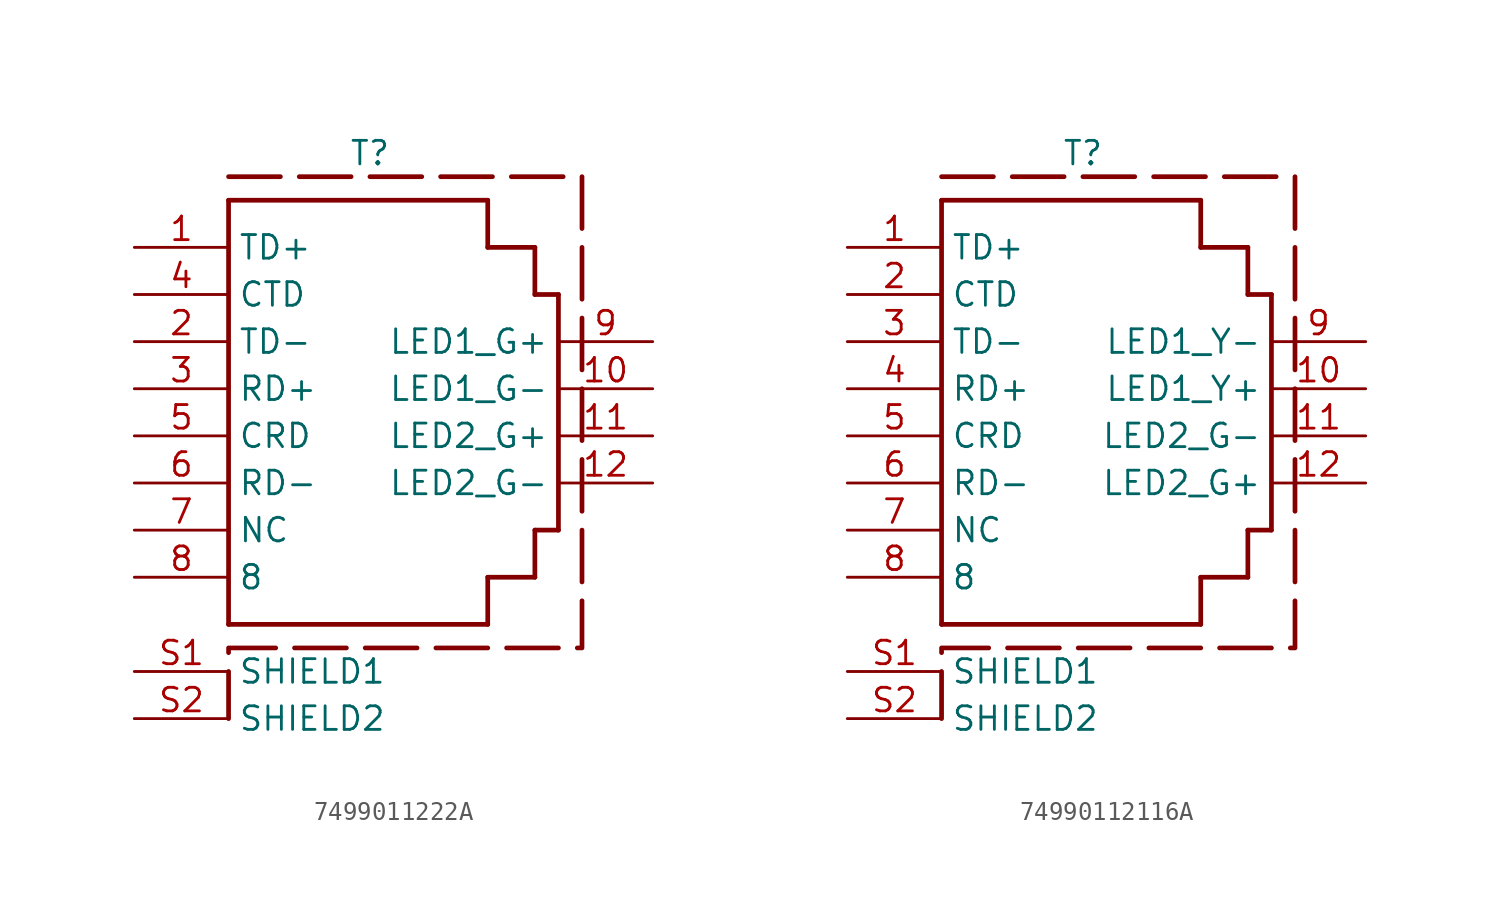
<source format=kicad_sym>
(kicad_symbol_lib
  (version 20220914)
  (generator kicad_symbol_editor)
  (symbol "7499011222A"
    (property "Reference" "T"
      (at 0 15.24 0)
      (effects (font (size 1.27 1.27))))
    (property "Critical Parameter" ""
      (at 0 -5.08 0)
      (effects (font (size 1.27 1.27)) (justify left)))
    (symbol "7499011222A_0_0"
      (polyline (pts (xy -7.62 -10.16) (xy -7.62 12.7)) (stroke (width 0.254) (type default)) (fill (type none)))
      (polyline (pts (xy -7.62 12.7) (xy 6.35 12.7)) (stroke (width 0.254) (type default)) (fill (type none)))
      (polyline (pts (xy 6.35 -10.16) (xy -7.62 -10.16)) (stroke (width 0.254) (type default)) (fill (type none)))
      (polyline (pts (xy 6.35 -10.16) (xy 6.35 -7.62)) (stroke (width 0.254) (type default)) (fill (type none)))
      (polyline (pts (xy 6.35 -7.62) (xy 8.89 -7.62)) (stroke (width 0.254) (type default)) (fill (type none)))
      (polyline (pts (xy 6.35 10.16) (xy 8.89 10.16)) (stroke (width 0.254) (type default)) (fill (type none)))
      (polyline (pts (xy 6.35 12.7) (xy 6.35 10.16)) (stroke (width 0.254) (type default)) (fill (type none)))
      (polyline (pts (xy 8.89 -7.62) (xy 8.89 -5.08)) (stroke (width 0.254) (type default)) (fill (type none)))
      (polyline (pts (xy 8.89 -5.08) (xy 10.16 -5.08)) (stroke (width 0.254) (type default)) (fill (type none)))
      (polyline (pts (xy 8.89 7.62) (xy 10.16 7.62)) (stroke (width 0.254) (type default)) (fill (type none)))
      (polyline (pts (xy 8.89 10.16) (xy 8.89 7.62)) (stroke (width 0.254) (type default)) (fill (type none)))
      (polyline (pts (xy 10.16 7.62) (xy 10.16 -5.08)) (stroke (width 0.254) (type default)) (fill (type none)))
      (pin passive line (at -12.7 10.16 0) (length 5.08) (name "TD+" (effects (font (size 1.27 1.27)))) (number "1" (effects (font (size 1.27 1.27)))))
      (pin passive line (at -12.7 5.08 0) (length 5.08) (name "TD-" (effects (font (size 1.27 1.27)))) (number "2" (effects (font (size 1.27 1.27)))))
      (pin passive line (at -12.7 2.54 0) (length 5.08) (name "RD+" (effects (font (size 1.27 1.27)))) (number "3" (effects (font (size 1.27 1.27)))))
      (pin passive line (at -12.7 7.62 0) (length 5.08) (name "CTD" (effects (font (size 1.27 1.27)))) (number "4" (effects (font (size 1.27 1.27)))))
      (pin passive line (at -12.7 0 0) (length 5.08) (name "CRD" (effects (font (size 1.27 1.27)))) (number "5" (effects (font (size 1.27 1.27)))))
      (pin passive line (at -12.7 -2.54 0) (length 5.08) (name "RD-" (effects (font (size 1.27 1.27)))) (number "6" (effects (font (size 1.27 1.27)))))
      (pin passive line (at -12.7 -5.08 0) (length 5.08) (name "NC" (effects (font (size 1.27 1.27)))) (number "7" (effects (font (size 1.27 1.27)))))
      (pin passive line (at -12.7 -7.62 0) (length 5.08) (name "8" (effects (font (size 1.27 1.27)))) (number "8" (effects (font (size 1.27 1.27)))))
      (pin passive line (at -12.7 -12.7 0) (length 5.08) (name "SHIELD1" (effects (font (size 1.27 1.27)))) (number "S1" (effects (font (size 1.27 1.27)))))
      (pin passive line (at -12.7 -15.24 0) (length 5.08) (name "SHIELD2" (effects (font (size 1.27 1.27)))) (number "S2" (effects (font (size 1.27 1.27))))))
    (symbol "7499011222A_1_0"
      (pin passive line (at 15.24 2.54 180) (length 5.08) (name "LED1_G-" (effects (font (size 1.27 1.27)))) (number "10" (effects (font (size 1.27 1.27)))))
      (pin passive line (at 15.24 0 180) (length 5.08) (name "LED2_G+" (effects (font (size 1.27 1.27)))) (number "11" (effects (font (size 1.27 1.27)))))
      (pin passive line (at 15.24 -2.54 180) (length 5.08) (name "LED2_G-" (effects (font (size 1.27 1.27)))) (number "12" (effects (font (size 1.27 1.27)))))
      (pin passive line (at 15.24 5.08 180) (length 5.08) (name "LED1_G+" (effects (font (size 1.27 1.27)))) (number "9" (effects (font (size 1.27 1.27))))))
    (symbol "7499011222A_1_1"
      (polyline (pts (xy -7.62 13.97) (xy 11.43 13.97) (xy 11.43 -11.43) (xy -7.62 -11.43) (xy -7.62 -15.24)) (stroke (width 0.254) (type dash)) (fill (type none)))))
  (symbol "74990112116A"
    (property "Reference" "T"
      (at 0 15.24 0)
      (effects (font (size 1.27 1.27))))
    (property "Critical Parameter" ""
      (at 0 -5.08 0)
      (effects (font (size 1.27 1.27)) (justify left)))
    (symbol "74990112116A_0_0"
      (polyline (pts (xy -7.62 -10.16) (xy -7.62 12.7)) (stroke (width 0.254) (type default)) (fill (type none)))
      (polyline (pts (xy -7.62 12.7) (xy 6.35 12.7)) (stroke (width 0.254) (type default)) (fill (type none)))
      (polyline (pts (xy 6.35 -10.16) (xy -7.62 -10.16)) (stroke (width 0.254) (type default)) (fill (type none)))
      (polyline (pts (xy 6.35 -10.16) (xy 6.35 -7.62)) (stroke (width 0.254) (type default)) (fill (type none)))
      (polyline (pts (xy 6.35 -7.62) (xy 8.89 -7.62)) (stroke (width 0.254) (type default)) (fill (type none)))
      (polyline (pts (xy 6.35 10.16) (xy 8.89 10.16)) (stroke (width 0.254) (type default)) (fill (type none)))
      (polyline (pts (xy 6.35 12.7) (xy 6.35 10.16)) (stroke (width 0.254) (type default)) (fill (type none)))
      (polyline (pts (xy 8.89 -7.62) (xy 8.89 -5.08)) (stroke (width 0.254) (type default)) (fill (type none)))
      (polyline (pts (xy 8.89 -5.08) (xy 10.16 -5.08)) (stroke (width 0.254) (type default)) (fill (type none)))
      (polyline (pts (xy 8.89 7.62) (xy 10.16 7.62)) (stroke (width 0.254) (type default)) (fill (type none)))
      (polyline (pts (xy 8.89 10.16) (xy 8.89 7.62)) (stroke (width 0.254) (type default)) (fill (type none)))
      (polyline (pts (xy 10.16 7.62) (xy 10.16 -5.08)) (stroke (width 0.254) (type default)) (fill (type none)))
      (pin passive line (at -12.7 10.16 0) (length 5.08) (name "TD+" (effects (font (size 1.27 1.27)))) (number "1" (effects (font (size 1.27 1.27)))))
      (pin passive line (at -12.7 7.62 0) (length 5.08) (name "CTD" (effects (font (size 1.27 1.27)))) (number "2" (effects (font (size 1.27 1.27)))))
      (pin passive line (at -12.7 5.08 0) (length 5.08) (name "TD-" (effects (font (size 1.27 1.27)))) (number "3" (effects (font (size 1.27 1.27)))))
      (pin passive line (at -12.7 2.54 0) (length 5.08) (name "RD+" (effects (font (size 1.27 1.27)))) (number "4" (effects (font (size 1.27 1.27)))))
      (pin passive line (at -12.7 0 0) (length 5.08) (name "CRD" (effects (font (size 1.27 1.27)))) (number "5" (effects (font (size 1.27 1.27)))))
      (pin passive line (at -12.7 -2.54 0) (length 5.08) (name "RD-" (effects (font (size 1.27 1.27)))) (number "6" (effects (font (size 1.27 1.27)))))
      (pin passive line (at -12.7 -5.08 0) (length 5.08) (name "NC" (effects (font (size 1.27 1.27)))) (number "7" (effects (font (size 1.27 1.27)))))
      (pin passive line (at -12.7 -7.62 0) (length 5.08) (name "8" (effects (font (size 1.27 1.27)))) (number "8" (effects (font (size 1.27 1.27)))))
      (pin passive line (at -12.7 -12.7 0) (length 5.08) (name "SHIELD1" (effects (font (size 1.27 1.27)))) (number "S1" (effects (font (size 1.27 1.27)))))
      (pin passive line (at -12.7 -15.24 0) (length 5.08) (name "SHIELD2" (effects (font (size 1.27 1.27)))) (number "S2" (effects (font (size 1.27 1.27))))))
    (symbol "74990112116A_1_0"
      (pin passive line (at 15.24 2.54 180) (length 5.08) (name "LED1_Y+" (effects (font (size 1.27 1.27)))) (number "10" (effects (font (size 1.27 1.27)))))
      (pin passive line (at 15.24 0 180) (length 5.08) (name "LED2_G-" (effects (font (size 1.27 1.27)))) (number "11" (effects (font (size 1.27 1.27)))))
      (pin passive line (at 15.24 -2.54 180) (length 5.08) (name "LED2_G+" (effects (font (size 1.27 1.27)))) (number "12" (effects (font (size 1.27 1.27)))))
      (pin passive line (at 15.24 5.08 180) (length 5.08) (name "LED1_Y-" (effects (font (size 1.27 1.27)))) (number "9" (effects (font (size 1.27 1.27))))))
    (symbol "74990112116A_1_1"
      (polyline (pts (xy -7.62 13.97) (xy 11.43 13.97) (xy 11.43 -11.43) (xy -7.62 -11.43) (xy -7.62 -15.24)) (stroke (width 0.254) (type dash)) (fill (type none))))))
</source>
